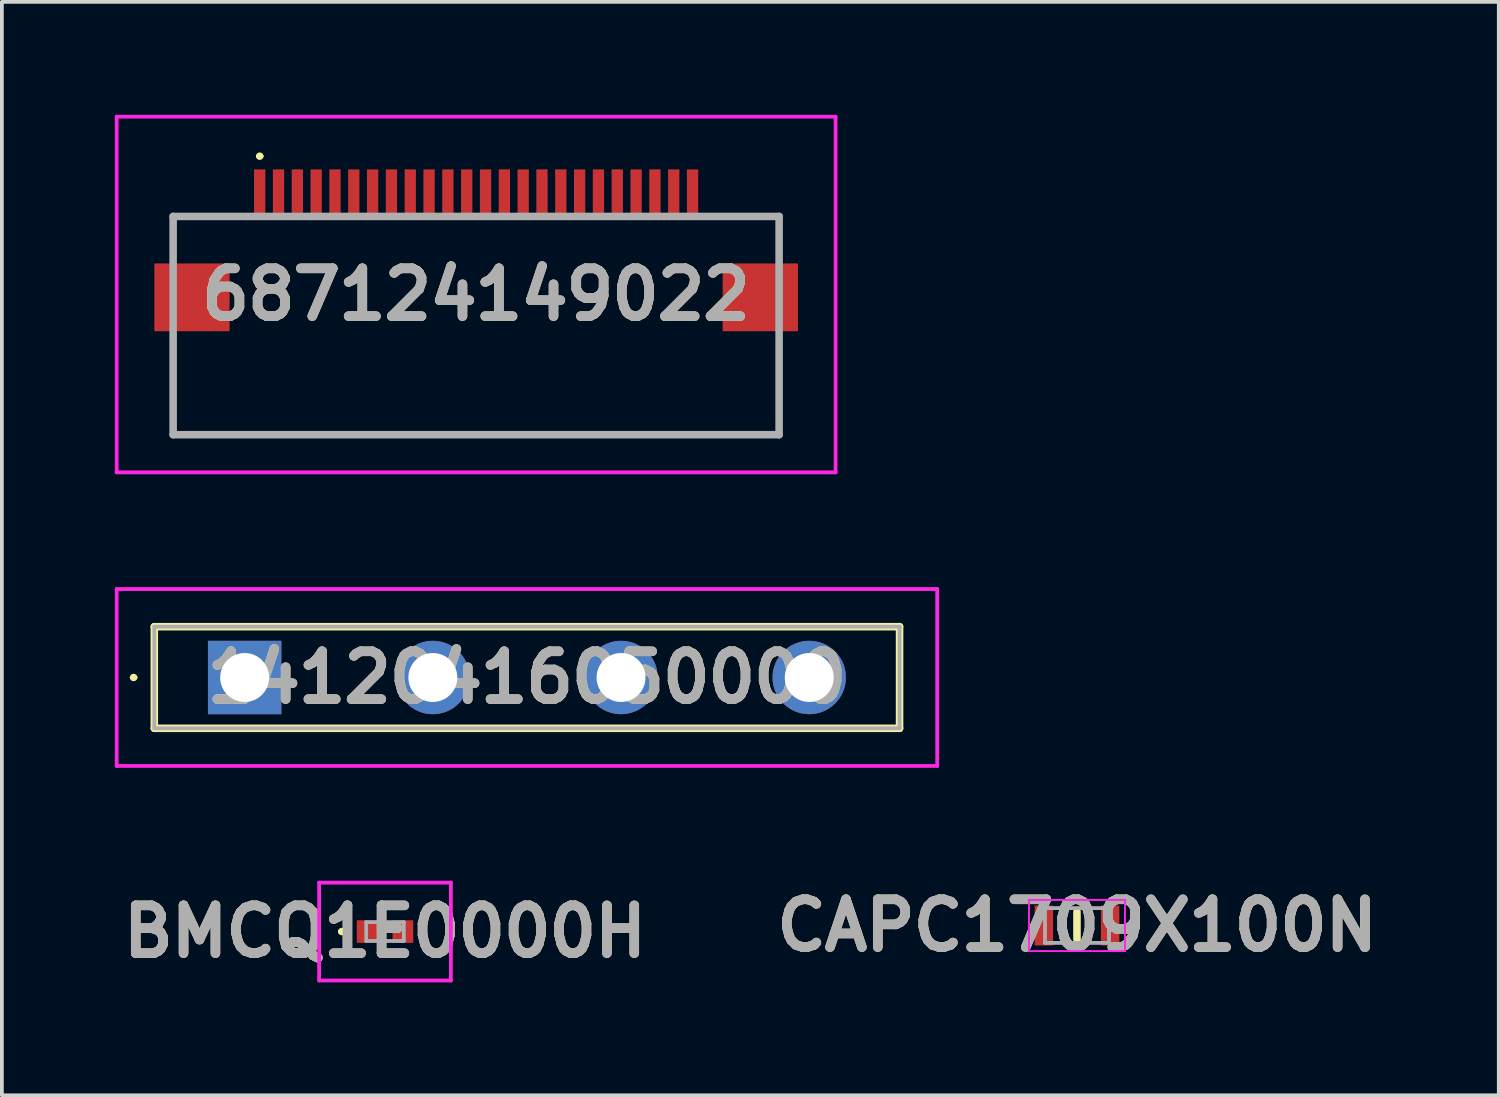
<source format=kicad_pcb>
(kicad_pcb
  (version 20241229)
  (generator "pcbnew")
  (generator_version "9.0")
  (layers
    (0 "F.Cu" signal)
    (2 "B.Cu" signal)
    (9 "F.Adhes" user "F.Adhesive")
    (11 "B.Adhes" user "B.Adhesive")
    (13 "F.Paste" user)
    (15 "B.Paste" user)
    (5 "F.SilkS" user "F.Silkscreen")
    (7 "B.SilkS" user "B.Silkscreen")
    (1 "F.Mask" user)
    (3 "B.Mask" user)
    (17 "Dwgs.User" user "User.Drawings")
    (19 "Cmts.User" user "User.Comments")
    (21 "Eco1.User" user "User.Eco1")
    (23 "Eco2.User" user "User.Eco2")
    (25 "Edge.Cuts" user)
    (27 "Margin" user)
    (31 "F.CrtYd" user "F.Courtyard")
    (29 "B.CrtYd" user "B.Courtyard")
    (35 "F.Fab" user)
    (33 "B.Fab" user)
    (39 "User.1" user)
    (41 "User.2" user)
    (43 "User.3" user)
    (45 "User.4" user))
  (footprint "CAPC1709X100N"
    (layer "F.Cu")
    (at 25.564 21.539)
    (property "Reference" "CAPC1709X100N" (at 0 0 0) (layer "F.SilkS") (effects (font (size 1.27 1.27) (thickness 0.254))))
    (attr smd)
    (fp_line (start 0 -0.362) (end 0 0.362) (stroke (width 0.2) (type solid)) (layer "F.SilkS"))
    (fp_line (start -1.275 -0.68) (end 1.275 -0.68) (stroke (width 0.05) (type solid)) (layer "F.CrtYd"))
    (fp_line (start -1.275 0.68) (end -1.275 -0.68) (stroke (width 0.05) (type solid)) (layer "F.CrtYd"))
    (fp_line (start 1.275 -0.68) (end 1.275 0.68) (stroke (width 0.05) (type solid)) (layer "F.CrtYd"))
    (fp_line (start 1.275 0.68) (end -1.275 0.68) (stroke (width 0.05) (type solid)) (layer "F.CrtYd"))
    (fp_line (start -0.85 -0.462) (end 0.85 -0.462) (stroke (width 0.1) (type solid)) (layer "F.Fab"))
    (fp_line (start -0.85 0.462) (end -0.85 -0.462) (stroke (width 0.1) (type solid)) (layer "F.Fab"))
    (fp_line (start 0.85 -0.462) (end 0.85 0.462) (stroke (width 0.1) (type solid)) (layer "F.Fab"))
    (fp_line (start 0.85 0.462) (end -0.85 0.462) (stroke (width 0.1) (type solid)) (layer "F.Fab"))
    (fp_text user "${REFERENCE}" (at 0 0 0) (layer "F.Fab") (effects (font (size 1.27 1.27) (thickness 0.254))))
    (pad "1" smd rect (at -0.88 0) (size 0.49 1.06) (layers "F.Cu" "F.Mask" "F.Paste"))
    (pad "2" smd rect (at 0.88 0) (size 0.49 1.06) (layers "F.Cu" "F.Mask" "F.Paste")))
  (footprint "14120416050000"
    (layer "F.Cu")
    (at 3.45 14.95)
    (property "Reference" "14120416050000" (at 7.5 0 0) (layer "F.SilkS") (effects (font (size 1.27 1.27) (thickness 0.254))))
    (attr through_hole)
    (fp_line (start -3 0) (end -3 0) (stroke (width 0.1) (type solid)) (layer "F.SilkS"))
    (fp_line (start -2.9 0) (end -2.9 0) (stroke (width 0.1) (type solid)) (layer "F.SilkS"))
    (fp_line (start -2.4 -1.35) (end 17.4 -1.35) (stroke (width 0.2) (type solid)) (layer "F.SilkS"))
    (fp_line (start -2.4 1.35) (end -2.4 -1.35) (stroke (width 0.2) (type solid)) (layer "F.SilkS"))
    (fp_line (start 17.4 -1.35) (end 17.4 1.35) (stroke (width 0.2) (type solid)) (layer "F.SilkS"))
    (fp_line (start 17.4 1.35) (end -2.4 1.35) (stroke (width 0.2) (type solid)) (layer "F.SilkS"))
    (fp_arc (start -3 0) (mid -2.95 -0.05) (end -2.9 0) (stroke (width 0.1) (type solid)) (layer "F.SilkS"))
    (fp_arc (start -2.9 0) (mid -2.95 0.05) (end -3 0) (stroke (width 0.1) (type solid)) (layer "F.SilkS"))
    (fp_line (start -3.4 -2.35) (end 18.4 -2.35) (stroke (width 0.1) (type solid)) (layer "F.CrtYd"))
    (fp_line (start -3.4 2.35) (end -3.4 -2.35) (stroke (width 0.1) (type solid)) (layer "F.CrtYd"))
    (fp_line (start 18.4 -2.35) (end 18.4 2.35) (stroke (width 0.1) (type solid)) (layer "F.CrtYd"))
    (fp_line (start 18.4 2.35) (end -3.4 2.35) (stroke (width 0.1) (type solid)) (layer "F.CrtYd"))
    (fp_line (start -2.4 -1.35) (end 17.4 -1.35) (stroke (width 0.1) (type solid)) (layer "F.Fab"))
    (fp_line (start -2.4 1.35) (end -2.4 -1.35) (stroke (width 0.1) (type solid)) (layer "F.Fab"))
    (fp_line (start 17.4 -1.35) (end 17.4 1.35) (stroke (width 0.1) (type solid)) (layer "F.Fab"))
    (fp_line (start 17.4 1.35) (end -2.4 1.35) (stroke (width 0.1) (type solid)) (layer "F.Fab"))
    (fp_text user "${REFERENCE}" (at 7.5 0 0) (layer "F.Fab") (effects (font (size 1.27 1.27) (thickness 0.254))))
    (pad "1" thru_hole rect (at 0 0) (size 1.95 1.95) (drill 1.3) (layers "*.Cu" "*.Mask"))
    (pad "2" thru_hole circle (at 5 0) (size 1.95 1.95) (drill 1.3) (layers "*.Cu" "*.Mask"))
    (pad "3" thru_hole circle (at 10 0) (size 1.95 1.95) (drill 1.3) (layers "*.Cu" "*.Mask"))
    (pad "4" thru_hole circle (at 15 0) (size 1.95 1.95) (drill 1.3) (layers "*.Cu" "*.Mask")))
  (footprint "687124149022"
    (layer "F.Cu")
    (at 9.6 2.1)
    (property "Reference" "687124149022" (at 0 2.675 0) (layer "F.SilkS") (effects (font (size 1.27 1.27) (thickness 0.254))))
    (attr smd)
    (fp_line (start -8.05 0.6) (end -6.2 0.6) (stroke (width 0.1) (type solid)) (layer "F.SilkS"))
    (fp_line (start -8.05 1.6) (end -8.05 0.6) (stroke (width 0.1) (type solid)) (layer "F.SilkS"))
    (fp_line (start -8.05 4) (end -8.05 6.4) (stroke (width 0.1) (type solid)) (layer "F.SilkS"))
    (fp_line (start -8.05 6.4) (end 8.05 6.4) (stroke (width 0.1) (type solid)) (layer "F.SilkS"))
    (fp_line (start -5.8 -1) (end -5.8 -1) (stroke (width 0.1) (type solid)) (layer "F.SilkS"))
    (fp_line (start -5.7 -1) (end -5.7 -1) (stroke (width 0.1) (type solid)) (layer "F.SilkS"))
    (fp_line (start 8.05 0.6) (end 6.2 0.6) (stroke (width 0.1) (type solid)) (layer "F.SilkS"))
    (fp_line (start 8.05 1.6) (end 8.05 0.6) (stroke (width 0.1) (type solid)) (layer "F.SilkS"))
    (fp_line (start 8.05 6.4) (end 8.05 4) (stroke (width 0.1) (type solid)) (layer "F.SilkS"))
    (fp_arc (start -5.8 -1) (mid -5.75 -1.05) (end -5.7 -1) (stroke (width 0.1) (type solid)) (layer "F.SilkS"))
    (fp_arc (start -5.7 -1) (mid -5.75 -0.95) (end -5.8 -1) (stroke (width 0.1) (type solid)) (layer "F.SilkS"))
    (fp_line (start -9.55 -2.05) (end 9.55 -2.05) (stroke (width 0.1) (type solid)) (layer "F.CrtYd"))
    (fp_line (start -9.55 7.4) (end -9.55 -2.05) (stroke (width 0.1) (type solid)) (layer "F.CrtYd"))
    (fp_line (start 9.55 -2.05) (end 9.55 7.4) (stroke (width 0.1) (type solid)) (layer "F.CrtYd"))
    (fp_line (start 9.55 7.4) (end -9.55 7.4) (stroke (width 0.1) (type solid)) (layer "F.CrtYd"))
    (fp_line (start -8.05 0.6) (end 8.05 0.6) (stroke (width 0.2) (type solid)) (layer "F.Fab"))
    (fp_line (start -8.05 6.4) (end -8.05 0.6) (stroke (width 0.2) (type solid)) (layer "F.Fab"))
    (fp_line (start 8.05 0.6) (end 8.05 6.4) (stroke (width 0.2) (type solid)) (layer "F.Fab"))
    (fp_line (start 8.05 6.4) (end -8.05 6.4) (stroke (width 0.2) (type solid)) (layer "F.Fab"))
    (fp_text user "${REFERENCE}" (at 0 2.675 0) (layer "F.Fab") (effects (font (size 1.27 1.27) (thickness 0.254))))
    (pad "1" smd rect (at -5.75 0) (size 0.3 1.3) (layers "F.Cu" "F.Mask" "F.Paste"))
    (pad "2" smd rect (at -5.25 0) (size 0.3 1.3) (layers "F.Cu" "F.Mask" "F.Paste"))
    (pad "3" smd rect (at -4.75 0) (size 0.3 1.3) (layers "F.Cu" "F.Mask" "F.Paste"))
    (pad "4" smd rect (at -4.25 0) (size 0.3 1.3) (layers "F.Cu" "F.Mask" "F.Paste"))
    (pad "5" smd rect (at -3.75 0) (size 0.3 1.3) (layers "F.Cu" "F.Mask" "F.Paste"))
    (pad "6" smd rect (at -3.25 0) (size 0.3 1.3) (layers "F.Cu" "F.Mask" "F.Paste"))
    (pad "7" smd rect (at -2.75 0) (size 0.3 1.3) (layers "F.Cu" "F.Mask" "F.Paste"))
    (pad "8" smd rect (at -2.25 0) (size 0.3 1.3) (layers "F.Cu" "F.Mask" "F.Paste"))
    (pad "9" smd rect (at -1.75 0) (size 0.3 1.3) (layers "F.Cu" "F.Mask" "F.Paste"))
    (pad "10" smd rect (at -1.25 0) (size 0.3 1.3) (layers "F.Cu" "F.Mask" "F.Paste"))
    (pad "11" smd rect (at -0.75 0) (size 0.3 1.3) (layers "F.Cu" "F.Mask" "F.Paste"))
    (pad "12" smd rect (at -0.25 0) (size 0.3 1.3) (layers "F.Cu" "F.Mask" "F.Paste"))
    (pad "13" smd rect (at 0.25 0) (size 0.3 1.3) (layers "F.Cu" "F.Mask" "F.Paste"))
    (pad "14" smd rect (at 0.75 0) (size 0.3 1.3) (layers "F.Cu" "F.Mask" "F.Paste"))
    (pad "15" smd rect (at 1.25 0) (size 0.3 1.3) (layers "F.Cu" "F.Mask" "F.Paste"))
    (pad "16" smd rect (at 1.75 0) (size 0.3 1.3) (layers "F.Cu" "F.Mask" "F.Paste"))
    (pad "17" smd rect (at 2.25 0) (size 0.3 1.3) (layers "F.Cu" "F.Mask" "F.Paste"))
    (pad "18" smd rect (at 2.75 0) (size 0.3 1.3) (layers "F.Cu" "F.Mask" "F.Paste"))
    (pad "19" smd rect (at 3.25 0) (size 0.3 1.3) (layers "F.Cu" "F.Mask" "F.Paste"))
    (pad "20" smd rect (at 3.75 0) (size 0.3 1.3) (layers "F.Cu" "F.Mask" "F.Paste"))
    (pad "21" smd rect (at 4.25 0) (size 0.3 1.3) (layers "F.Cu" "F.Mask" "F.Paste"))
    (pad "22" smd rect (at 4.75 0) (size 0.3 1.3) (layers "F.Cu" "F.Mask" "F.Paste"))
    (pad "23" smd rect (at 5.25 0) (size 0.3 1.3) (layers "F.Cu" "F.Mask" "F.Paste"))
    (pad "24" smd rect (at 5.75 0) (size 0.3 1.3) (layers "F.Cu" "F.Mask" "F.Paste"))
    (pad "MP1" smd rect (at -7.55 2.75 90) (size 1.8 2) (layers "F.Cu" "F.Mask" "F.Paste"))
    (pad "MP2" smd rect (at 7.55 2.75 90) (size 1.8 2) (layers "F.Cu" "F.Mask" "F.Paste")))
  (footprint "BMCQ1E0000H"
    (layer "F.Cu")
    (at 7.179 21.7)
    (property "Reference" "BMCQ1E0000H" (at 0 0 0) (layer "F.SilkS") (effects (font (size 1.27 1.27) (thickness 0.254))))
    (attr smd)
    (fp_line (start -1.2 0) (end -1.2 0) (stroke (width 0.1) (type solid)) (layer "F.SilkS"))
    (fp_line (start -1.1 0) (end -1.1 0) (stroke (width 0.1) (type solid)) (layer "F.SilkS"))
    (fp_arc (start -1.2 0) (mid -1.15 -0.05) (end -1.1 0) (stroke (width 0.1) (type solid)) (layer "F.SilkS"))
    (fp_arc (start -1.1 0) (mid -1.15 0.05) (end -1.2 0) (stroke (width 0.1) (type solid)) (layer "F.SilkS"))
    (fp_line (start -1.75 -1.3) (end 1.75 -1.3) (stroke (width 0.1) (type solid)) (layer "F.CrtYd"))
    (fp_line (start -1.75 1.3) (end -1.75 -1.3) (stroke (width 0.1) (type solid)) (layer "F.CrtYd"))
    (fp_line (start 1.75 -1.3) (end 1.75 1.3) (stroke (width 0.1) (type solid)) (layer "F.CrtYd"))
    (fp_line (start 1.75 1.3) (end -1.75 1.3) (stroke (width 0.1) (type solid)) (layer "F.CrtYd"))
    (fp_line (start -0.5 -0.25) (end -0.5 0.25) (stroke (width 0.1) (type solid)) (layer "F.Fab"))
    (fp_line (start -0.5 0.25) (end 0.5 0.25) (stroke (width 0.1) (type solid)) (layer "F.Fab"))
    (fp_line (start 0.5 -0.25) (end -0.5 -0.25) (stroke (width 0.1) (type solid)) (layer "F.Fab"))
    (fp_line (start 0.5 0.25) (end 0.5 -0.25) (stroke (width 0.1) (type solid)) (layer "F.Fab"))
    (fp_text user "${REFERENCE}" (at 0 0 0) (layer "F.Fab") (effects (font (size 1.27 1.27) (thickness 0.254))))
    (pad "1" smd rect (at -0.475 0) (size 0.55 0.6) (layers "F.Cu" "F.Mask" "F.Paste"))
    (pad "2" smd rect (at 0.475 0) (size 0.55 0.6) (layers "F.Cu" "F.Mask" "F.Paste")))
  (gr_rect
    (start -3 -3)
    (end 36.77 26.05)
    (stroke (width 0.1) (type default))
    (fill no)
    (layer "Edge.Cuts")))
</source>
